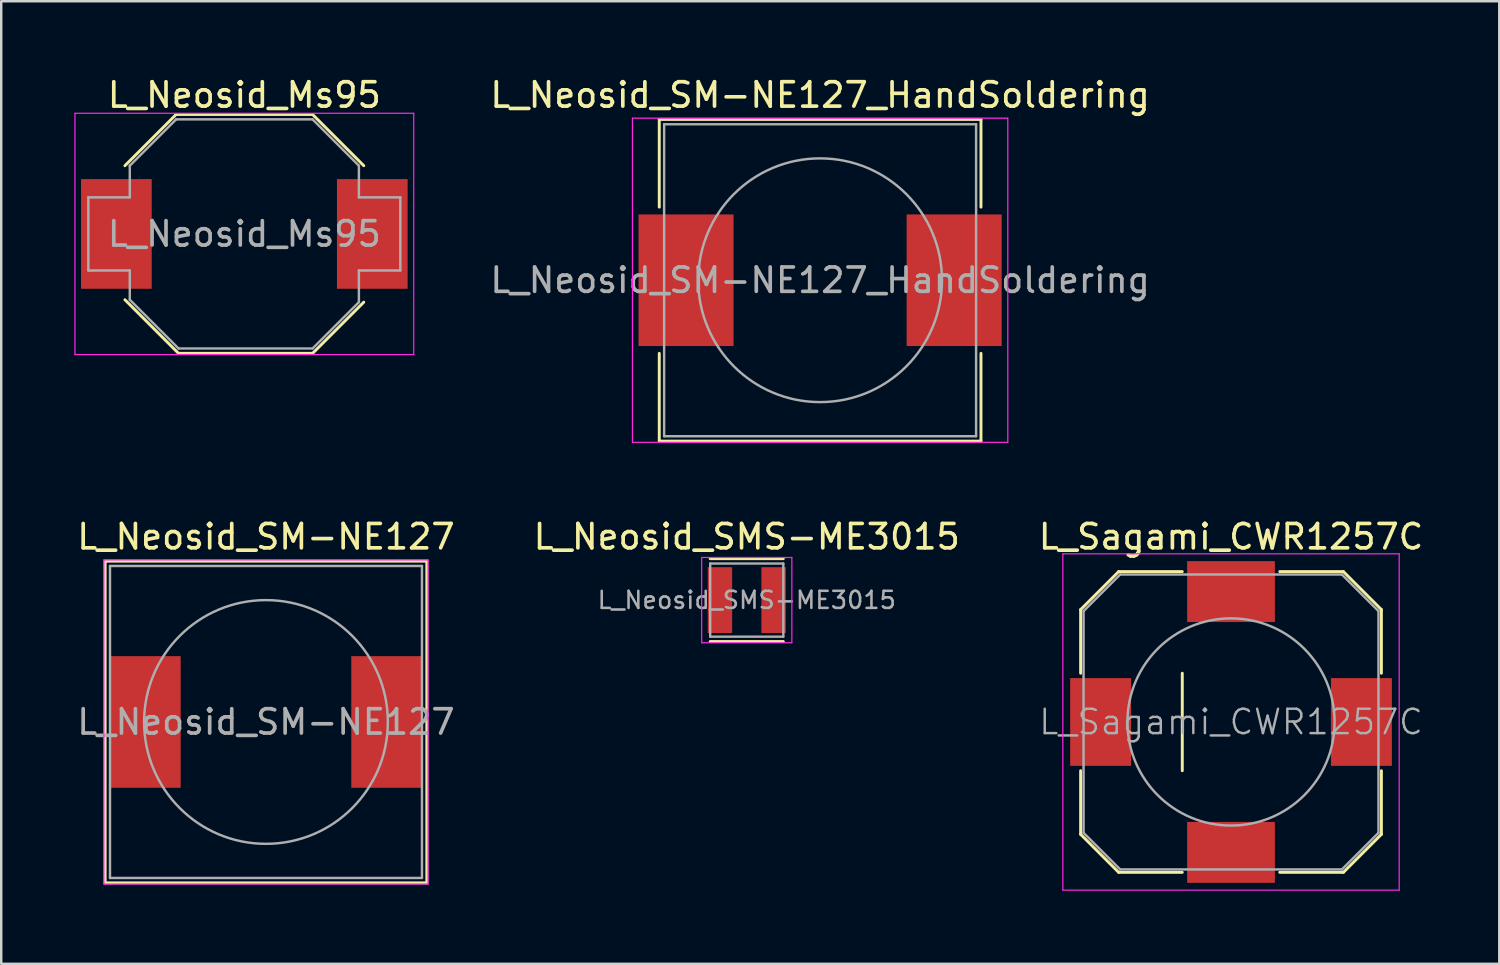
<source format=kicad_pcb>
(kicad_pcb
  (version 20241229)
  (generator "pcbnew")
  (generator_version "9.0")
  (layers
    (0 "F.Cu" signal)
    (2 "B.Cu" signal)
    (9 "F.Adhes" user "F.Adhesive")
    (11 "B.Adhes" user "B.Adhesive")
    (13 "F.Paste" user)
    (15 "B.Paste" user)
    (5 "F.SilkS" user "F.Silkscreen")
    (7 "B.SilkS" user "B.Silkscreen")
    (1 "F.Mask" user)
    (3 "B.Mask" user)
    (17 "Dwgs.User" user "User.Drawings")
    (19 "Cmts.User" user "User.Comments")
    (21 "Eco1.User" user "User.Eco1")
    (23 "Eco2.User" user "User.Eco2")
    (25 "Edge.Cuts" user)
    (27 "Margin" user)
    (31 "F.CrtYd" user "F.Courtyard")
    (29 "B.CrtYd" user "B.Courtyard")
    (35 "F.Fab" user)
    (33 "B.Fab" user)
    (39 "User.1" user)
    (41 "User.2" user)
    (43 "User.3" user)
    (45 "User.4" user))
  (footprint "L_Neosid_SM-NE127"
    (layer "F.Cu")
    (at 7.863 26.572)
    (property "Reference" "L_Neosid_SM-NE127" (at 0 -7.6 0) (layer "F.SilkS") (effects (font (size 1 1) (thickness 0.15))))
    (attr smd)
    (fp_line (start -6.6 -6.6) (end 6.6 -6.6) (stroke (width 0.12) (type solid)) (layer "F.SilkS"))
    (fp_line (start -6.6 6.6) (end -6.6 -6.6) (stroke (width 0.12) (type solid)) (layer "F.SilkS"))
    (fp_line (start 6.6 -6.6) (end 6.6 6.6) (stroke (width 0.12) (type solid)) (layer "F.SilkS"))
    (fp_line (start 6.6 6.6) (end -6.6 6.6) (stroke (width 0.12) (type solid)) (layer "F.SilkS"))
    (fp_line (start -6.65 -6.65) (end -6.65 6.65) (stroke (width 0.05) (type solid)) (layer "F.CrtYd"))
    (fp_line (start -6.65 -6.65) (end 6.65 -6.65) (stroke (width 0.05) (type solid)) (layer "F.CrtYd"))
    (fp_line (start 6.65 6.65) (end -6.65 6.65) (stroke (width 0.05) (type solid)) (layer "F.CrtYd"))
    (fp_line (start 6.65 6.65) (end 6.65 -6.65) (stroke (width 0.05) (type solid)) (layer "F.CrtYd"))
    (fp_line (start -6.4 -6.4) (end 6.4 -6.4) (stroke (width 0.1) (type solid)) (layer "F.Fab"))
    (fp_line (start -6.4 6.4) (end -6.4 -6.4) (stroke (width 0.1) (type solid)) (layer "F.Fab"))
    (fp_line (start 6.4 -6.4) (end 6.4 6.4) (stroke (width 0.1) (type solid)) (layer "F.Fab"))
    (fp_line (start 6.4 6.4) (end -6.4 6.4) (stroke (width 0.1) (type solid)) (layer "F.Fab"))
    (fp_circle (center 0 0) (end 5 0) (stroke (width 0.1) (type solid)) (fill no) (layer "F.Fab"))
    (fp_text user "${REFERENCE}" (at 0 0 0) (layer "F.Fab") (effects (font (size 1 1) (thickness 0.15))))
    (pad "1" smd rect (at -4.95 0) (size 2.9 5.4) (layers "F.Cu" "F.Mask" "F.Paste"))
    (pad "2" smd rect (at 4.95 0) (size 2.9 5.4) (layers "F.Cu" "F.Mask" "F.Paste")))
  (footprint "L_Neosid_SM-NE127_HandSoldering"
    (layer "F.Cu")
    (at 30.599 8.448)
    (property "Reference" "L_Neosid_SM-NE127_HandSoldering" (at 0 -7.6 0) (layer "F.SilkS") (effects (font (size 1 1) (thickness 0.15))))
    (attr smd)
    (fp_line (start -6.6 -6.6) (end 6.6 -6.6) (stroke (width 0.12) (type solid)) (layer "F.SilkS"))
    (fp_line (start -6.6 -3) (end -6.6 -6.6) (stroke (width 0.12) (type solid)) (layer "F.SilkS"))
    (fp_line (start -6.6 6.6) (end -6.6 3) (stroke (width 0.12) (type solid)) (layer "F.SilkS"))
    (fp_line (start 6.6 -6.6) (end 6.6 -3) (stroke (width 0.12) (type solid)) (layer "F.SilkS"))
    (fp_line (start 6.6 3) (end 6.6 6.6) (stroke (width 0.12) (type solid)) (layer "F.SilkS"))
    (fp_line (start 6.6 6.6) (end -6.6 6.6) (stroke (width 0.12) (type solid)) (layer "F.SilkS"))
    (fp_line (start -7.7 -6.65) (end -7.7 6.65) (stroke (width 0.05) (type solid)) (layer "F.CrtYd"))
    (fp_line (start -7.7 -6.65) (end 7.7 -6.65) (stroke (width 0.05) (type solid)) (layer "F.CrtYd"))
    (fp_line (start 7.7 6.65) (end -7.7 6.65) (stroke (width 0.05) (type solid)) (layer "F.CrtYd"))
    (fp_line (start 7.7 6.65) (end 7.7 -6.65) (stroke (width 0.05) (type solid)) (layer "F.CrtYd"))
    (fp_line (start -6.4 -6.4) (end 6.4 -6.4) (stroke (width 0.1) (type solid)) (layer "F.Fab"))
    (fp_line (start -6.4 6.4) (end -6.4 -6.4) (stroke (width 0.1) (type solid)) (layer "F.Fab"))
    (fp_line (start 6.4 -6.4) (end 6.4 6.4) (stroke (width 0.1) (type solid)) (layer "F.Fab"))
    (fp_line (start 6.4 6.4) (end -6.4 6.4) (stroke (width 0.1) (type solid)) (layer "F.Fab"))
    (fp_circle (center 0 0) (end 5 0) (stroke (width 0.1) (type solid)) (fill no) (layer "F.Fab"))
    (fp_text user "${REFERENCE}" (at 0 0 0) (layer "F.Fab") (effects (font (size 1 1) (thickness 0.15))))
    (pad "1" smd rect (at -5.5 0) (size 3.9 5.4) (layers "F.Cu" "F.Mask" "F.Paste"))
    (pad "2" smd rect (at 5.5 0) (size 3.9 5.4) (layers "F.Cu" "F.Mask" "F.Paste")))
  (footprint "L_Neosid_SMS-ME3015"
    (layer "F.Cu")
    (at 27.589 21.572)
    (property "Reference" "L_Neosid_SMS-ME3015" (at 0 -2.6 0) (layer "F.SilkS") (effects (font (size 1 1) (thickness 0.15))))
    (attr smd)
    (fp_line (start 1.5 -1.7) (end -1.5 -1.7) (stroke (width 0.12) (type solid)) (layer "F.SilkS"))
    (fp_line (start 1.5 1.7) (end -1.5 1.7) (stroke (width 0.12) (type solid)) (layer "F.SilkS"))
    (fp_line (start -1.85 -1.75) (end -1.85 1.75) (stroke (width 0.05) (type solid)) (layer "F.CrtYd"))
    (fp_line (start -1.85 -1.75) (end 1.85 -1.75) (stroke (width 0.05) (type solid)) (layer "F.CrtYd"))
    (fp_line (start 1.85 1.75) (end -1.85 1.75) (stroke (width 0.05) (type solid)) (layer "F.CrtYd"))
    (fp_line (start 1.85 1.75) (end 1.85 -1.75) (stroke (width 0.05) (type solid)) (layer "F.CrtYd"))
    (fp_line (start -1.5 -1.5) (end -1.5 1.5) (stroke (width 0.1) (type solid)) (layer "F.Fab"))
    (fp_line (start -1.5 1.5) (end 1.5 1.5) (stroke (width 0.1) (type solid)) (layer "F.Fab"))
    (fp_line (start 1.5 -1.5) (end -1.5 -1.5) (stroke (width 0.1) (type solid)) (layer "F.Fab"))
    (fp_line (start 1.5 1.5) (end 1.5 -1.5) (stroke (width 0.1) (type solid)) (layer "F.Fab"))
    (fp_text user "${REFERENCE}" (at 0 0 0) (layer "F.Fab") (effects (font (size 0.7 0.7) (thickness 0.105))))
    (pad "1" smd rect (at -1.1 0) (size 1 2.7) (layers "F.Cu" "F.Mask" "F.Paste"))
    (pad "2" smd rect (at 1.1 0) (size 1 2.7) (layers "F.Cu" "F.Mask" "F.Paste")))
  (footprint "L_Neosid_Ms95"
    (layer "F.Cu")
    (at 6.975 6.548)
    (property "Reference" "L_Neosid_Ms95" (at 0 -5.7 0) (layer "F.SilkS") (effects (font (size 1 1) (thickness 0.15))))
    (attr smd)
    (fp_line (start -4.9 -2.8) (end -2.8 -4.9) (stroke (width 0.12) (type solid)) (layer "F.SilkS"))
    (fp_line (start -2.8 -4.9) (end 2.8 -4.9) (stroke (width 0.12) (type solid)) (layer "F.SilkS"))
    (fp_line (start -2.7 4.9) (end -4.9 2.7) (stroke (width 0.12) (type solid)) (layer "F.SilkS"))
    (fp_line (start -2.7 4.9) (end 2.8 4.9) (stroke (width 0.12) (type solid)) (layer "F.SilkS"))
    (fp_line (start 2.8 -4.9) (end 4.9 -2.8) (stroke (width 0.12) (type solid)) (layer "F.SilkS"))
    (fp_line (start 2.8 4.9) (end 4.9 2.8) (stroke (width 0.12) (type solid)) (layer "F.SilkS"))
    (fp_line (start -6.95 -4.95) (end -6.95 4.95) (stroke (width 0.05) (type solid)) (layer "F.CrtYd"))
    (fp_line (start -6.95 -4.95) (end 6.95 -4.95) (stroke (width 0.05) (type solid)) (layer "F.CrtYd"))
    (fp_line (start 6.95 4.95) (end -6.95 4.95) (stroke (width 0.05) (type solid)) (layer "F.CrtYd"))
    (fp_line (start 6.95 4.95) (end 6.95 -4.95) (stroke (width 0.05) (type solid)) (layer "F.CrtYd"))
    (fp_line (start -6.4 -1.5) (end -6.4 1.5) (stroke (width 0.1) (type solid)) (layer "F.Fab"))
    (fp_line (start -6.4 -1.5) (end -4.7 -1.5) (stroke (width 0.1) (type solid)) (layer "F.Fab"))
    (fp_line (start -6.4 1.5) (end -4.7 1.5) (stroke (width 0.1) (type solid)) (layer "F.Fab"))
    (fp_line (start -4.7 -1.5) (end -4.7 -2.8) (stroke (width 0.1) (type solid)) (layer "F.Fab"))
    (fp_line (start -4.7 1.5) (end -4.7 2.7) (stroke (width 0.1) (type solid)) (layer "F.Fab"))
    (fp_line (start -4.7 2.7) (end -2.7 4.7) (stroke (width 0.1) (type solid)) (layer "F.Fab"))
    (fp_line (start -2.8 -4.7) (end -4.7 -2.8) (stroke (width 0.1) (type solid)) (layer "F.Fab"))
    (fp_line (start 2.8 -4.7) (end -2.8 -4.7) (stroke (width 0.1) (type solid)) (layer "F.Fab"))
    (fp_line (start 2.8 4.7) (end -2.7 4.7) (stroke (width 0.1) (type solid)) (layer "F.Fab"))
    (fp_line (start 4.7 -2.8) (end 2.8 -4.7) (stroke (width 0.1) (type solid)) (layer "F.Fab"))
    (fp_line (start 4.7 -1.5) (end 4.7 -2.8) (stroke (width 0.1) (type solid)) (layer "F.Fab"))
    (fp_line (start 4.7 1.5) (end 6.4 1.5) (stroke (width 0.1) (type solid)) (layer "F.Fab"))
    (fp_line (start 4.7 2.8) (end 2.8 4.7) (stroke (width 0.1) (type solid)) (layer "F.Fab"))
    (fp_line (start 4.7 2.8) (end 4.7 1.5) (stroke (width 0.1) (type solid)) (layer "F.Fab"))
    (fp_line (start 6.4 -1.5) (end 4.7 -1.5) (stroke (width 0.1) (type solid)) (layer "F.Fab"))
    (fp_line (start 6.4 1.5) (end 6.4 -1.5) (stroke (width 0.1) (type solid)) (layer "F.Fab"))
    (fp_text user "${REFERENCE}" (at 0 0 0) (layer "F.Fab") (effects (font (size 1 1) (thickness 0.15))))
    (pad "1" smd rect (at -5.25 0) (size 2.9 4.5) (layers "F.Cu" "F.Mask" "F.Paste"))
    (pad "2" smd rect (at 5.25 0) (size 2.9 4.5) (layers "F.Cu" "F.Mask" "F.Paste")))
  (footprint "L_Sagami_CWR1257C"
    (layer "F.Cu")
    (at 47.458 26.572)
    (property "Reference" "L_Sagami_CWR1257C" (at 0 -7.6 0) (layer "F.SilkS") (effects (font (size 1 1) (thickness 0.15))))
    (attr smd)
    (fp_line (start -6.17 -4.61) (end -6.17 -2) (stroke (width 0.12) (type solid)) (layer "F.SilkS"))
    (fp_line (start -6.17 2) (end -6.17 4.61) (stroke (width 0.12) (type solid)) (layer "F.SilkS"))
    (fp_line (start -4.61 -6.17) (end -6.17 -4.61) (stroke (width 0.12) (type solid)) (layer "F.SilkS"))
    (fp_line (start -4.61 -6.17) (end -2 -6.17) (stroke (width 0.12) (type solid)) (layer "F.SilkS"))
    (fp_line (start -4.61 6.17) (end -6.17 4.61) (stroke (width 0.12) (type solid)) (layer "F.SilkS"))
    (fp_line (start -4.61 6.17) (end -2 6.17) (stroke (width 0.12) (type solid)) (layer "F.SilkS"))
    (fp_line (start -2 -2) (end -2 2) (stroke (width 0.12) (type solid)) (layer "F.SilkS"))
    (fp_line (start 2 6.17) (end 4.61 6.17) (stroke (width 0.12) (type solid)) (layer "F.SilkS"))
    (fp_line (start 4.61 -6.17) (end 2 -6.17) (stroke (width 0.12) (type solid)) (layer "F.SilkS"))
    (fp_line (start 4.61 -6.17) (end 6.17 -4.61) (stroke (width 0.12) (type solid)) (layer "F.SilkS"))
    (fp_line (start 4.61 6.17) (end 6.17 4.61) (stroke (width 0.12) (type solid)) (layer "F.SilkS"))
    (fp_line (start 6.17 -2) (end 6.17 -4.61) (stroke (width 0.12) (type solid)) (layer "F.SilkS"))
    (fp_line (start 6.17 4.61) (end 6.17 2) (stroke (width 0.12) (type solid)) (layer "F.SilkS"))
    (fp_line (start -6.9 -6.9) (end -6.9 6.9) (stroke (width 0.05) (type solid)) (layer "F.CrtYd"))
    (fp_line (start -6.9 -6.9) (end 6.9 -6.9) (stroke (width 0.05) (type solid)) (layer "F.CrtYd"))
    (fp_line (start -6.9 6.9) (end 6.9 6.9) (stroke (width 0.05) (type solid)) (layer "F.CrtYd"))
    (fp_line (start 6.9 -6.9) (end 6.9 6.9) (stroke (width 0.05) (type solid)) (layer "F.CrtYd"))
    (fp_line (start -6.05 -4.55) (end -4.55 -6.05) (stroke (width 0.1) (type solid)) (layer "F.Fab"))
    (fp_line (start -6.05 4.55) (end -6.05 -4.55) (stroke (width 0.1) (type solid)) (layer "F.Fab"))
    (fp_line (start -6.05 4.55) (end -4.55 6.05) (stroke (width 0.1) (type solid)) (layer "F.Fab"))
    (fp_line (start -4.55 -6.05) (end 4.55 -6.05) (stroke (width 0.1) (type solid)) (layer "F.Fab"))
    (fp_line (start 4.55 -6.05) (end 6.05 -4.55) (stroke (width 0.1) (type solid)) (layer "F.Fab"))
    (fp_line (start 4.55 6.05) (end -4.55 6.05) (stroke (width 0.1) (type solid)) (layer "F.Fab"))
    (fp_line (start 4.55 6.05) (end 6.05 4.55) (stroke (width 0.1) (type solid)) (layer "F.Fab"))
    (fp_line (start 6.05 -4.55) (end 6.05 4.55) (stroke (width 0.1) (type solid)) (layer "F.Fab"))
    (fp_circle (center 0 0) (end 4.25 0) (stroke (width 0.1) (type solid)) (fill no) (layer "F.Fab"))
    (fp_text user "${REFERENCE}" (at 0 0 0) (layer "F.Fab") (effects (font (size 1 1) (thickness 0.1))))
    (pad "1" smd rect (at -5.35 0) (size 2.5 3.6) (layers "F.Cu" "F.Mask" "F.Paste"))
    (pad "1" smd rect (at 0 5.35) (size 3.6 2.5) (layers "F.Cu" "F.Mask" "F.Paste"))
    (pad "2" smd rect (at 0 -5.35) (size 3.6 2.5) (layers "F.Cu" "F.Mask" "F.Paste"))
    (pad "2" smd rect (at 5.35 0) (size 2.5 3.6) (layers "F.Cu" "F.Mask" "F.Paste")))
  (gr_rect
    (start -3 -3)
    (end 58.464 36.496)
    (stroke (width 0.1) (type default))
    (fill no)
    (layer "Edge.Cuts")))
</source>
